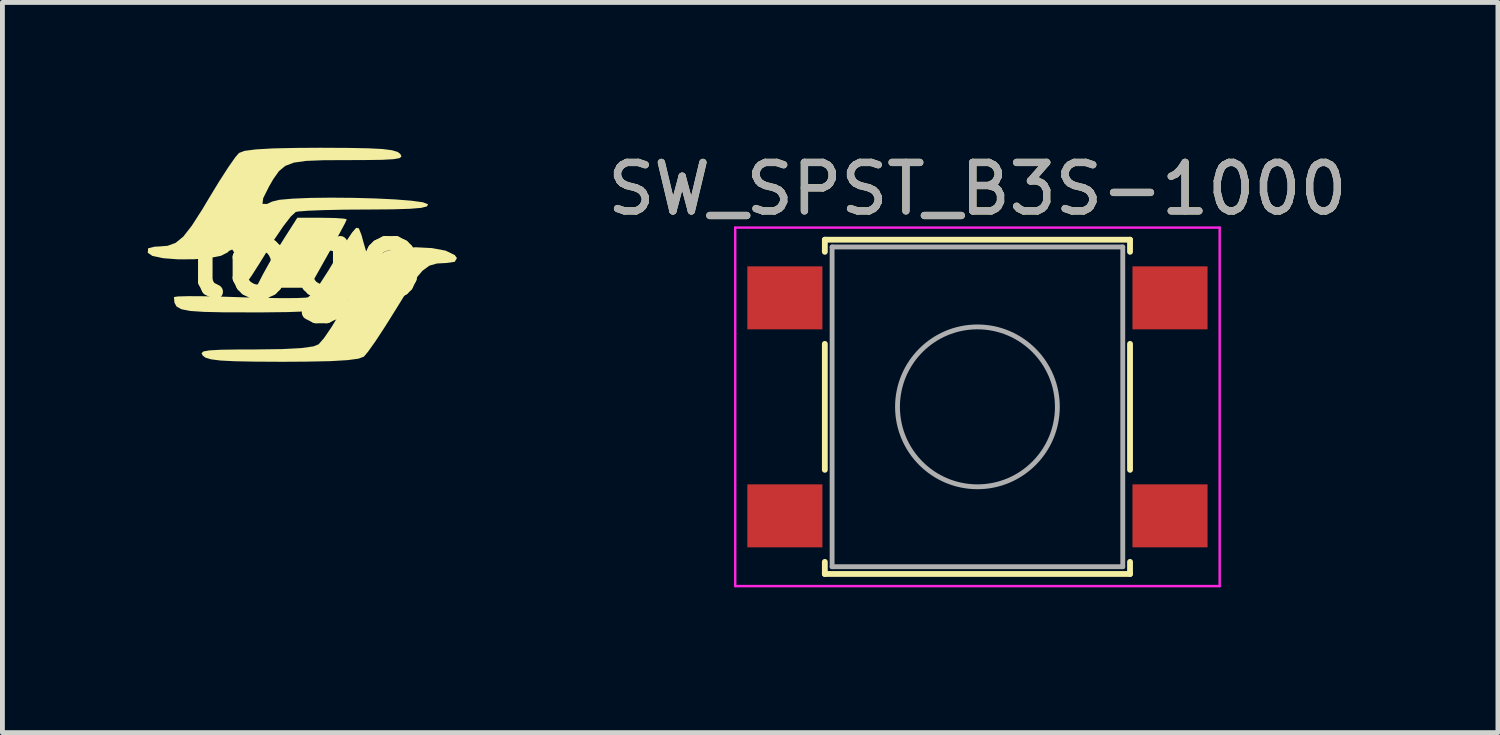
<source format=kicad_pcb>
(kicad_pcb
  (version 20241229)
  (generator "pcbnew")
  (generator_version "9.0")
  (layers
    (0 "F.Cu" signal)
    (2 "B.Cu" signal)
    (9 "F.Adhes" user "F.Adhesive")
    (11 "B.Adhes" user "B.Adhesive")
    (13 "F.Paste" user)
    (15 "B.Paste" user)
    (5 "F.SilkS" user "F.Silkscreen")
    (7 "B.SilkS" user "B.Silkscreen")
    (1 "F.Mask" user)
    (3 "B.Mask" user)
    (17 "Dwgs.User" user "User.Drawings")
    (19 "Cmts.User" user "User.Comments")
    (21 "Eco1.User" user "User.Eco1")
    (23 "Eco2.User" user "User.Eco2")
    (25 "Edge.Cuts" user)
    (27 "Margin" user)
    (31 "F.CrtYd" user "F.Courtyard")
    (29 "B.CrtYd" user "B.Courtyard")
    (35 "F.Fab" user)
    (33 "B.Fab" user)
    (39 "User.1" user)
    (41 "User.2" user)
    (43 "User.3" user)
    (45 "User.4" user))
  (footprint "SW_SPST_B3S-1000"
    (layer "F.Cu")
    (at 17.126 5.348)
    (property "Reference" "SW_SPST_B3S-1000" (at 0 -4.5 0) (layer "F.SilkS") (effects (font (size 1 1) (thickness 0.15))))
    (attr smd)
    (fp_line (start -3.15 -3.45) (end 3.15 -3.45) (stroke (width 0.12) (type solid)) (layer "F.SilkS"))
    (fp_line (start -3.15 -3.2) (end -3.15 -3.45) (stroke (width 0.12) (type solid)) (layer "F.SilkS"))
    (fp_line (start -3.15 1.3) (end -3.15 -1.3) (stroke (width 0.12) (type solid)) (layer "F.SilkS"))
    (fp_line (start -3.15 3.45) (end -3.15 3.2) (stroke (width 0.12) (type solid)) (layer "F.SilkS"))
    (fp_line (start 3.15 -3.45) (end 3.15 -3.2) (stroke (width 0.12) (type solid)) (layer "F.SilkS"))
    (fp_line (start 3.15 -1.3) (end 3.15 1.3) (stroke (width 0.12) (type solid)) (layer "F.SilkS"))
    (fp_line (start 3.15 3.2) (end 3.15 3.45) (stroke (width 0.12) (type solid)) (layer "F.SilkS"))
    (fp_line (start 3.15 3.45) (end -3.15 3.45) (stroke (width 0.12) (type solid)) (layer "F.SilkS"))
    (fp_line (start -5 -3.7) (end -5 3.7) (stroke (width 0.05) (type solid)) (layer "F.CrtYd"))
    (fp_line (start -5 3.7) (end 5 3.7) (stroke (width 0.05) (type solid)) (layer "F.CrtYd"))
    (fp_line (start 5 -3.7) (end -5 -3.7) (stroke (width 0.05) (type solid)) (layer "F.CrtYd"))
    (fp_line (start 5 3.7) (end 5 -3.7) (stroke (width 0.05) (type solid)) (layer "F.CrtYd"))
    (fp_line (start -3 -3.3) (end 3 -3.3) (stroke (width 0.1) (type solid)) (layer "F.Fab"))
    (fp_line (start -3 3.3) (end -3 -3.3) (stroke (width 0.1) (type solid)) (layer "F.Fab"))
    (fp_line (start 3 -3.3) (end 3 3.3) (stroke (width 0.1) (type solid)) (layer "F.Fab"))
    (fp_line (start 3 3.3) (end -3 3.3) (stroke (width 0.1) (type solid)) (layer "F.Fab"))
    (fp_circle (center 0 0) (end 1.65 0) (stroke (width 0.1) (type solid)) (fill no) (layer "F.Fab"))
    (fp_text user "${REFERENCE}" (at 0 -4.5 0) (layer "F.Fab") (effects (font (size 1 1) (thickness 0.15))))
    (pad "" smd rect (at -3.975 -2.25) (size 1.55 1.3) (layers "F.Cu" "F.Mask" "F.Paste"))
    (pad "" smd rect (at 3.975 2.25) (size 1.55 1.3) (layers "F.Cu" "F.Mask" "F.Paste"))
    (pad "1" smd rect (at 3.975 -2.25) (size 1.55 1.3) (layers "F.Cu" "F.Mask" "F.Paste"))
    (pad "2" smd rect (at -3.975 2.25) (size 1.55 1.3) (layers "F.Cu" "F.Mask" "F.Paste")))
  (footprint "logo"
    (layer "F.Cu")
    (at 3.259 2.294)
    (property "Reference" "logo" (at 0 0 0) (layer "F.SilkS") (effects (font (size 1.5 1.5) (thickness 0.3))))
    (attr board_only exclude_from_pos_files exclude_from_bom)
    (fp_poly (pts (xy 0.608 -0.844) (xy 0.793 -0.831) (xy 0.849 -0.816) (xy 0.811 -0.733) (xy 0.706 -0.536) (xy 0.555 -0.26) (xy 0.462 -0.094) (xy 0.075 0.595) (xy -0.474 0.595) (xy -1.024 0.595) (xy -0.882 0.319) (xy -0.756 0.092) (xy -0.583 -0.2) (xy -0.456 -0.404) (xy -0.172 -0.849) (xy 0.339 -0.849)) (stroke (width 0) (type solid)) (fill yes) (layer "F.SilkS"))
    (fp_poly (pts (xy 0.871 -2.291) (xy 1.292 -2.283) (xy 1.588 -2.268) (xy 1.783 -2.243) (xy 1.899 -2.208) (xy 1.954 -2.166) (xy 1.979 -2.116) (xy 1.94 -2.08) (xy 1.814 -2.058) (xy 1.579 -2.045) (xy 1.213 -2.04) (xy 0.876 -2.039) (xy 0.374 -2.037) (xy 0.011 -2.023) (xy -0.243 -1.987) (xy -0.42 -1.92) (xy -0.551 -1.811) (xy -0.666 -1.649) (xy -0.754 -1.497) (xy -0.876 -1.254) (xy -0.891 -1.136) (xy -0.797 -1.134) (xy -0.689 -1.184) (xy -0.539 -1.22) (xy -0.264 -1.244) (xy 0.103 -1.259) (xy 0.53 -1.264) (xy 0.984 -1.26) (xy 1.433 -1.248) (xy 1.844 -1.228) (xy 2.185 -1.201) (xy 2.423 -1.168) (xy 2.526 -1.128) (xy 2.527 -1.126) (xy 2.503 -1.083) (xy 2.384 -1.053) (xy 2.153 -1.034) (xy 1.79 -1.023) (xy 1.278 -1.019) (xy 1.246 -1.019) (xy 0.781 -1.016) (xy 0.371 -1.007) (xy 0.047 -0.994) (xy -0.157 -0.978) (xy -0.205 -0.968) (xy -0.305 -0.876) (xy -0.463 -0.672) (xy -0.654 -0.39) (xy -0.77 -0.203) (xy -0.956 0.099) (xy -1.109 0.338) (xy -1.209 0.482) (xy -1.235 0.51) (xy -1.276 0.436) (xy -1.343 0.249) (xy -1.383 0.12) (xy -1.457 -0.107) (xy -1.515 -0.193) (xy -1.581 -0.165) (xy -1.608 -0.135) (xy -1.747 -0.064) (xy -1.997 -0.016) (xy -2.311 0.008) (xy -2.641 0.009) (xy -2.94 -0.014) (xy -3.163 -0.061) (xy -3.259 -0.127) (xy -3.251 -0.219) (xy -3.114 -0.253) (xy -3.05 -0.255) (xy -2.851 -0.27) (xy -2.684 -0.331) (xy -2.526 -0.46) (xy -2.352 -0.682) (xy -2.136 -1.018) (xy -1.998 -1.249) (xy -1.789 -1.593) (xy -1.599 -1.888) (xy -1.451 -2.1) (xy -1.375 -2.187) (xy -1.261 -2.23) (xy -1.032 -2.26) (xy -0.673 -2.281) (xy -0.169 -2.291) (xy 0.303 -2.294)) (stroke (width 0) (type solid)) (fill yes) (layer "F.SilkS"))
    (fp_poly (pts (xy 1.098 -0.631) (xy 1.152 -0.496) (xy 1.2 -0.321) (xy 1.269 -0.086) (xy 1.325 0.01) (xy 1.396 -0.004) (xy 1.462 -0.059) (xy 1.658 -0.159) (xy 1.944 -0.22) (xy 2.276 -0.24) (xy 2.607 -0.223) (xy 2.89 -0.17) (xy 3.077 -0.08) (xy 3.123 -0.017) (xy 3.078 0.06) (xy 2.902 0.085) (xy 2.71 0.095) (xy 2.554 0.14) (xy 2.411 0.245) (xy 2.254 0.432) (xy 2.059 0.724) (xy 1.858 1.049) (xy 1.64 1.397) (xy 1.443 1.698) (xy 1.288 1.916) (xy 1.202 2.018) (xy 1.09 2.06) (xy 0.863 2.09) (xy 0.507 2.111) (xy 0.006 2.121) (xy -0.473 2.124) (xy -1.041 2.121) (xy -1.461 2.113) (xy -1.758 2.098) (xy -1.953 2.073) (xy -2.069 2.038) (xy -2.124 1.996) (xy -2.149 1.946) (xy -2.11 1.91) (xy -1.984 1.888) (xy -1.749 1.875) (xy -1.383 1.87) (xy -1.046 1.869) (xy -0.489 1.862) (xy -0.09 1.841) (xy 0.161 1.806) (xy 0.268 1.763) (xy 0.382 1.631) (xy 0.534 1.408) (xy 0.631 1.247) (xy 0.863 0.838) (xy 0.606 0.971) (xy 0.472 1.022) (xy 0.282 1.059) (xy 0.009 1.084) (xy -0.371 1.098) (xy -0.885 1.104) (xy -1.134 1.104) (xy -1.689 1.103) (xy -2.097 1.094) (xy -2.38 1.075) (xy -2.562 1.04) (xy -2.663 0.985) (xy -2.708 0.905) (xy -2.718 0.797) (xy -2.718 0.788) (xy -2.638 0.775) (xy -2.417 0.769) (xy -2.084 0.771) (xy -1.667 0.781) (xy -1.395 0.79) (xy -0.931 0.804) (xy -0.521 0.81) (xy -0.199 0.809) (xy 0.003 0.8) (xy 0.051 0.792) (xy 0.151 0.7) (xy 0.303 0.499) (xy 0.476 0.23) (xy 0.505 0.181) (xy 0.684 -0.116) (xy 0.845 -0.374) (xy 0.957 -0.542) (xy 0.965 -0.552) (xy 1.044 -0.642)) (stroke (width 0) (type solid)) (fill yes) (layer "F.SilkS")))
  (gr_rect
    (start -3 -3)
    (end 27.87 12.073)
    (stroke (width 0.1) (type default))
    (fill no)
    (layer "Edge.Cuts")))
</source>
